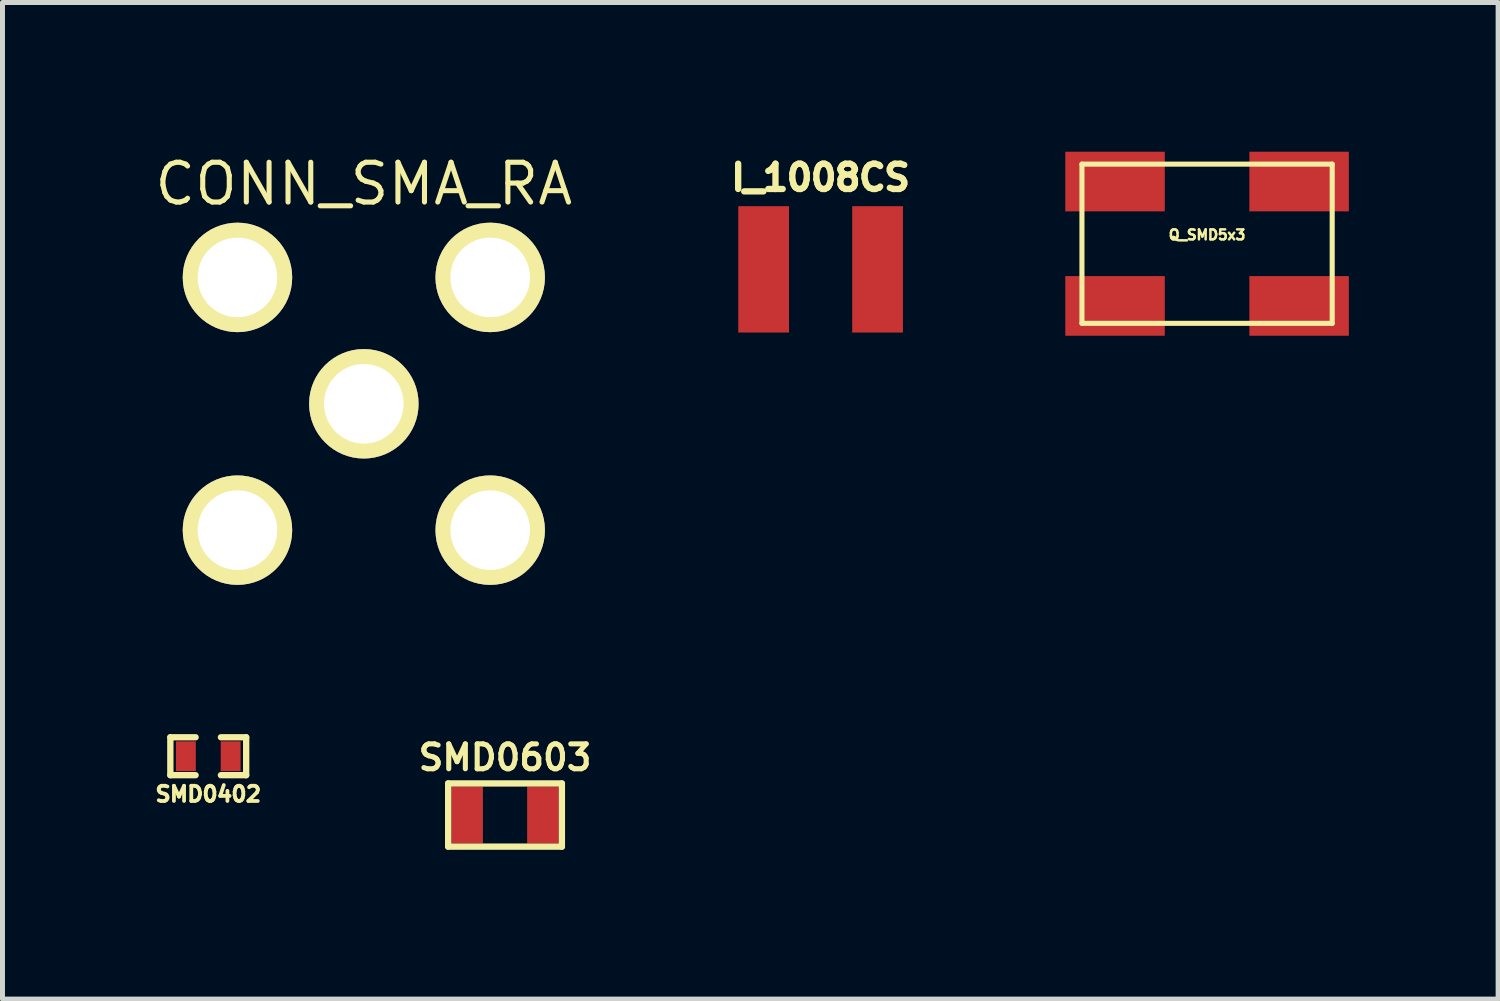
<source format=kicad_pcb>
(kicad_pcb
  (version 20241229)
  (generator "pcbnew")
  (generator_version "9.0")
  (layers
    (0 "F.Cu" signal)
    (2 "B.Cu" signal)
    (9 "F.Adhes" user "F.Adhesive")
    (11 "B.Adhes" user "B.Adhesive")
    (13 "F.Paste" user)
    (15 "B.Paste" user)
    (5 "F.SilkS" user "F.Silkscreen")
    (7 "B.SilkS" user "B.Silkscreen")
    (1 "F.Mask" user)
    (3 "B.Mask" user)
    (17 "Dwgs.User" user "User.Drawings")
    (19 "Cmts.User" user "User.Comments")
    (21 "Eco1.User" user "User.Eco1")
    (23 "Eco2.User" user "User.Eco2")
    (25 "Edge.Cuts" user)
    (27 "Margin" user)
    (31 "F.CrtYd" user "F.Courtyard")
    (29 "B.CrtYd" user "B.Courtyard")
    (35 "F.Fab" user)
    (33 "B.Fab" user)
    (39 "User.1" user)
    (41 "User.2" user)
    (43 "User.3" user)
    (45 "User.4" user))
  (footprint "SMD0402"
    (layer "F.Cu")
    (at 1.136 12.15)
    (property "Reference" "SMD0402" (at 0 0.762 0) (layer "F.SilkS") (effects (font (size 0.305 0.305) (thickness 0.076))))
    (attr smd)
    (fp_line (start -0.762 -0.381) (end -0.762 0.381) (stroke (width 0.127) (type solid)) (layer "F.SilkS"))
    (fp_line (start -0.762 0.381) (end -0.254 0.381) (stroke (width 0.127) (type solid)) (layer "F.SilkS"))
    (fp_line (start -0.254 -0.381) (end -0.762 -0.381) (stroke (width 0.127) (type solid)) (layer "F.SilkS"))
    (fp_line (start 0.254 -0.381) (end 0.762 -0.381) (stroke (width 0.127) (type solid)) (layer "F.SilkS"))
    (fp_line (start 0.762 -0.381) (end 0.762 0.381) (stroke (width 0.127) (type solid)) (layer "F.SilkS"))
    (fp_line (start 0.762 0.381) (end 0.254 0.381) (stroke (width 0.127) (type solid)) (layer "F.SilkS"))
    (pad "1" smd rect (at -0.45 0) (size 0.399 0.599) (layers "F.Cu" "F.Mask" "F.Paste"))
    (pad "2" smd rect (at 0.45 0) (size 0.399 0.599) (layers "F.Cu" "F.Mask" "F.Paste")))
  (footprint "CONN_SMA_RA"
    (layer "F.Cu")
    (at 4.263 5.066)
    (property "Reference" "CONN_SMA_RA" (at 0 -4.42 0) (layer "F.SilkS") (effects (font (size 0.8 0.8) (thickness 0.102))))
    (attr through_hole)
    (pad "1" thru_hole circle (at 0 0) (size 2.2 2.2) (drill 1.6) (layers "*.Cu" "*.Mask" "F.SilkS"))
    (pad "2" thru_hole circle (at -2.54 -2.54) (size 2.2 2.2) (drill 1.6) (layers "*.Cu" "*.Mask" "F.SilkS"))
    (pad "2" thru_hole circle (at -2.54 2.54) (size 2.2 2.2) (drill 1.6) (layers "*.Cu" "*.Mask" "F.SilkS"))
    (pad "2" thru_hole circle (at 2.54 -2.54) (size 2.2 2.2) (drill 1.6) (layers "*.Cu" "*.Mask" "F.SilkS"))
    (pad "2" thru_hole circle (at 2.54 2.54) (size 2.2 2.2) (drill 1.6) (layers "*.Cu" "*.Mask" "F.SilkS")))
  (footprint "I_1008CS"
    (layer "F.Cu")
    (at 13.444 2.364)
    (property "Reference" "I_1008CS" (at 0 -1.844 0) (layer "F.SilkS") (effects (font (size 0.508 0.508) (thickness 0.127))))
    (attr through_hole)
    (pad "1" smd rect (at -1.145 0) (size 1.02 2.54) (layers "F.Cu" "F.Mask" "F.Paste"))
    (pad "2" smd rect (at 1.145 0) (size 1.02 2.54) (layers "F.Cu" "F.Mask" "F.Paste")))
  (footprint "SMD0603"
    (layer "F.Cu")
    (at 7.101 13.332)
    (property "Reference" "SMD0603" (at 0 -1.156 0) (layer "F.SilkS") (effects (font (size 0.5 0.5) (thickness 0.102))))
    (attr smd)
    (fp_line (start -1.143 -0.635) (end 1.143 -0.635) (stroke (width 0.127) (type solid)) (layer "F.SilkS"))
    (fp_line (start -1.143 0.635) (end -1.143 -0.635) (stroke (width 0.127) (type solid)) (layer "F.SilkS"))
    (fp_line (start 1.143 -0.635) (end 1.143 0.635) (stroke (width 0.127) (type solid)) (layer "F.SilkS"))
    (fp_line (start 1.143 0.635) (end -1.143 0.635) (stroke (width 0.127) (type solid)) (layer "F.SilkS"))
    (pad "1" smd rect (at -0.762 0) (size 0.635 1.143) (layers "F.Cu" "F.Mask" "F.Paste"))
    (pad "2" smd rect (at 0.762 0) (size 0.635 1.143) (layers "F.Cu" "F.Mask" "F.Paste")))
  (footprint "Q_SMD5x3"
    (layer "F.Cu")
    (at 21.212 1.849)
    (property "Reference" "Q_SMD5x3" (at 0 -0.178 0) (layer "F.SilkS") (effects (font (size 0.201 0.201) (thickness 0.051))))
    (attr through_hole)
    (fp_line (start -2.515 -1.6) (end 2.515 -1.6) (stroke (width 0.102) (type solid)) (layer "F.SilkS"))
    (fp_line (start -2.515 1.6) (end -2.515 -1.6) (stroke (width 0.102) (type solid)) (layer "F.SilkS"))
    (fp_line (start 2.515 -1.6) (end 2.515 1.6) (stroke (width 0.102) (type solid)) (layer "F.SilkS"))
    (fp_line (start 2.515 1.6) (end -2.515 1.6) (stroke (width 0.102) (type solid)) (layer "F.SilkS"))
    (pad "1" smd rect (at -1.85 1.25) (size 2 1.199) (layers "F.Cu" "F.Mask" "F.Paste"))
    (pad "2" smd rect (at 1.85 1.25) (size 2 1.199) (layers "F.Cu" "F.Mask" "F.Paste"))
    (pad "3" smd rect (at 1.85 -1.25) (size 2 1.199) (layers "F.Cu" "F.Mask" "F.Paste"))
    (pad "4" smd rect (at -1.85 -1.25) (size 2 1.199) (layers "F.Cu" "F.Mask" "F.Paste")))
  (gr_rect
    (start -3 -3)
    (end 27.062 17.031)
    (stroke (width 0.1) (type default))
    (fill no)
    (layer "Edge.Cuts")))
</source>
